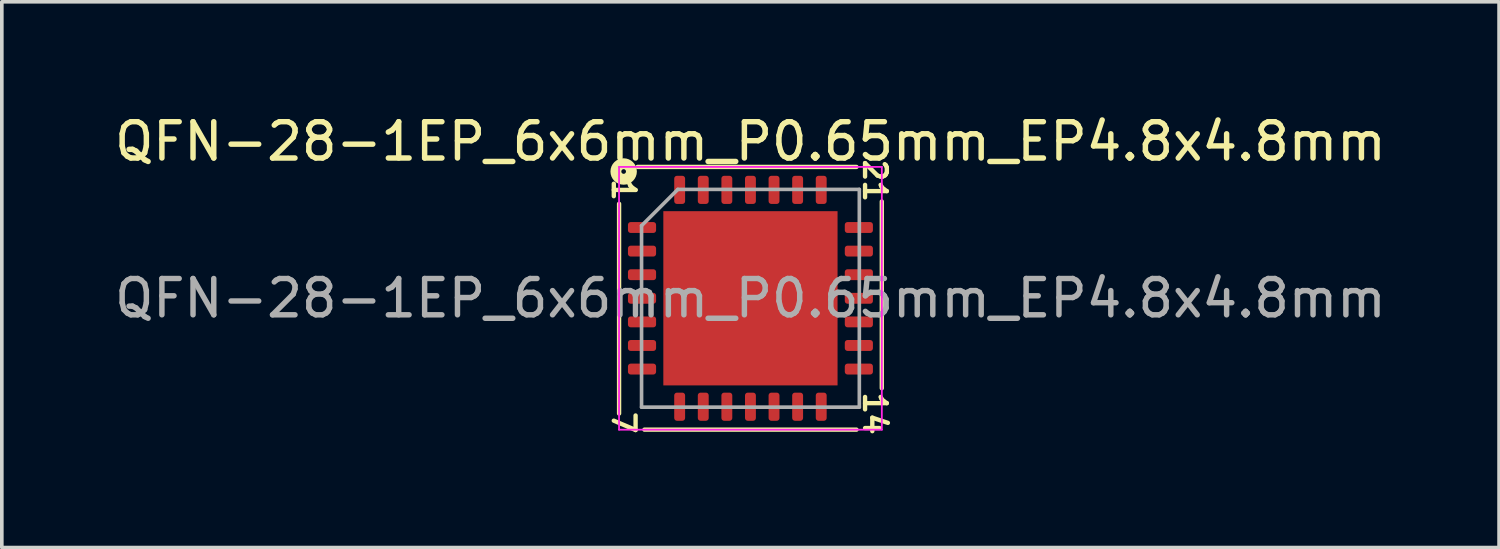
<source format=kicad_pcb>
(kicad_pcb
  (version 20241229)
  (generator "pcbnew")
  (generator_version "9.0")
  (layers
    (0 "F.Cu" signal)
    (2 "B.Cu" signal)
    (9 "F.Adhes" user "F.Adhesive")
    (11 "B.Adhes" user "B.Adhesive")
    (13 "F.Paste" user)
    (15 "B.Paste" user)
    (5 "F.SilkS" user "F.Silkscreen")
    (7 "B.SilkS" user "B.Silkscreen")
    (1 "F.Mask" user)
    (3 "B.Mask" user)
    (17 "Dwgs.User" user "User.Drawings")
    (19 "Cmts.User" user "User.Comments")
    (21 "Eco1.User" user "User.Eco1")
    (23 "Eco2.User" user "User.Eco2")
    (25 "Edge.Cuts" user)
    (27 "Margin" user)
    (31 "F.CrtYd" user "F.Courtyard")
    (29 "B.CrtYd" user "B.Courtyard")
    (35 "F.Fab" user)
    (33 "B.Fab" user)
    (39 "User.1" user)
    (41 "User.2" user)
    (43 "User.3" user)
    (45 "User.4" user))
  (footprint "QFN-28-1EP_6x6mm_P0.65mm_EP4.8x4.8mm"
    (layer "F.Cu")
    (at 17.625 5.168)
    (property "Reference" "QFN-28-1EP_6x6mm_P0.65mm_EP4.8x4.8mm" (at 0 -4.32 0) (layer "F.SilkS") (effects (font (size 1 1) (thickness 0.15))))
    (attr smd)
    (fp_line (start -3.619 -2.603) (end -3.619 3.175) (stroke (width 0.12) (type solid)) (layer "F.SilkS"))
    (fp_line (start -2.921 3.619) (end 2.921 3.619) (stroke (width 0.12) (type solid)) (layer "F.SilkS"))
    (fp_line (start 2.921 -3.619) (end -3.111 -3.619) (stroke (width 0.12) (type solid)) (layer "F.SilkS"))
    (fp_line (start 3.619 2.477) (end 3.619 -2.667) (stroke (width 0.12) (type solid)) (layer "F.SilkS"))
    (fp_circle (center -3.493 -3.493) (end -3.429 -3.493) (stroke (width 0.3) (type solid)) (fill no) (layer "F.SilkS"))
    (fp_line (start -3.62 -3.62) (end -3.62 3.62) (stroke (width 0.05) (type solid)) (layer "F.CrtYd"))
    (fp_line (start -3.62 3.62) (end 3.62 3.62) (stroke (width 0.05) (type solid)) (layer "F.CrtYd"))
    (fp_line (start 3.62 -3.62) (end -3.62 -3.62) (stroke (width 0.05) (type solid)) (layer "F.CrtYd"))
    (fp_line (start 3.62 3.62) (end 3.62 -3.62) (stroke (width 0.05) (type solid)) (layer "F.CrtYd"))
    (fp_line (start -3 -2) (end -2 -3) (stroke (width 0.1) (type solid)) (layer "F.Fab"))
    (fp_line (start -3 3) (end -3 -2) (stroke (width 0.1) (type solid)) (layer "F.Fab"))
    (fp_line (start -2 -3) (end 3 -3) (stroke (width 0.1) (type solid)) (layer "F.Fab"))
    (fp_line (start 3 -3) (end 3 3) (stroke (width 0.1) (type solid)) (layer "F.Fab"))
    (fp_line (start 3 3) (end -3 3) (stroke (width 0.1) (type solid)) (layer "F.Fab"))
    (fp_text user "21" (at 3.429 -3.239 270) (unlocked yes) (layer "F.SilkS") (effects (font (size 0.6 0.6) (thickness 0.12))))
    (fp_text user "1" (at -3.493 -2.985 270) (unlocked yes) (layer "F.SilkS") (effects (font (size 0.6 0.6) (thickness 0.12))))
    (fp_text user "14" (at 3.429 3.175 270) (unlocked yes) (layer "F.SilkS") (effects (font (size 0.6 0.6) (thickness 0.12))))
    (fp_text user "7" (at -3.493 3.429 270) (unlocked yes) (layer "F.SilkS") (effects (font (size 0.6 0.6) (thickness 0.12))))
    (fp_text user "${REFERENCE}" (at 0 0 0) (layer "F.Fab") (effects (font (size 1 1) (thickness 0.15))))
    (pad "" smd roundrect (at -1.6 -1.6) (size 1.29 1.29) (layers "F.Paste") (roundrect_rratio 0.194))
    (pad "" smd roundrect (at -1.6 0) (size 1.29 1.29) (layers "F.Paste") (roundrect_rratio 0.194))
    (pad "" smd roundrect (at -1.6 1.6) (size 1.29 1.29) (layers "F.Paste") (roundrect_rratio 0.194))
    (pad "" smd roundrect (at 0 -1.6) (size 1.29 1.29) (layers "F.Paste") (roundrect_rratio 0.194))
    (pad "" smd roundrect (at 0 0) (size 1.29 1.29) (layers "F.Paste") (roundrect_rratio 0.194))
    (pad "" smd roundrect (at 0 1.6) (size 1.29 1.29) (layers "F.Paste") (roundrect_rratio 0.194))
    (pad "" smd roundrect (at 1.6 -1.6) (size 1.29 1.29) (layers "F.Paste") (roundrect_rratio 0.194))
    (pad "" smd roundrect (at 1.6 0) (size 1.29 1.29) (layers "F.Paste") (roundrect_rratio 0.194))
    (pad "" smd roundrect (at 1.6 1.6) (size 1.29 1.29) (layers "F.Paste") (roundrect_rratio 0.194))
    (pad "1" smd roundrect (at -2.987 -1.95) (size 0.775 0.3) (layers "F.Cu" "F.Mask" "F.Paste") (roundrect_rratio 0.25))
    (pad "2" smd roundrect (at -2.987 -1.3) (size 0.775 0.3) (layers "F.Cu" "F.Mask" "F.Paste") (roundrect_rratio 0.25))
    (pad "3" smd roundrect (at -2.987 -0.65) (size 0.775 0.3) (layers "F.Cu" "F.Mask" "F.Paste") (roundrect_rratio 0.25))
    (pad "4" smd roundrect (at -2.987 0) (size 0.775 0.3) (layers "F.Cu" "F.Mask" "F.Paste") (roundrect_rratio 0.25))
    (pad "5" smd roundrect (at -2.987 0.65) (size 0.775 0.3) (layers "F.Cu" "F.Mask" "F.Paste") (roundrect_rratio 0.25))
    (pad "6" smd roundrect (at -2.987 1.3) (size 0.775 0.3) (layers "F.Cu" "F.Mask" "F.Paste") (roundrect_rratio 0.25))
    (pad "7" smd roundrect (at -2.987 1.95) (size 0.775 0.3) (layers "F.Cu" "F.Mask" "F.Paste") (roundrect_rratio 0.25))
    (pad "8" smd roundrect (at -1.95 2.987) (size 0.3 0.775) (layers "F.Cu" "F.Mask" "F.Paste") (roundrect_rratio 0.25))
    (pad "9" smd roundrect (at -1.3 2.987) (size 0.3 0.775) (layers "F.Cu" "F.Mask" "F.Paste") (roundrect_rratio 0.25))
    (pad "10" smd roundrect (at -0.65 2.987) (size 0.3 0.775) (layers "F.Cu" "F.Mask" "F.Paste") (roundrect_rratio 0.25))
    (pad "11" smd roundrect (at 0 2.987) (size 0.3 0.775) (layers "F.Cu" "F.Mask" "F.Paste") (roundrect_rratio 0.25))
    (pad "12" smd roundrect (at 0.65 2.987) (size 0.3 0.775) (layers "F.Cu" "F.Mask" "F.Paste") (roundrect_rratio 0.25))
    (pad "13" smd roundrect (at 1.3 2.987) (size 0.3 0.775) (layers "F.Cu" "F.Mask" "F.Paste") (roundrect_rratio 0.25))
    (pad "14" smd roundrect (at 1.95 2.987) (size 0.3 0.775) (layers "F.Cu" "F.Mask" "F.Paste") (roundrect_rratio 0.25))
    (pad "15" smd roundrect (at 2.987 1.95) (size 0.775 0.3) (layers "F.Cu" "F.Mask" "F.Paste") (roundrect_rratio 0.25))
    (pad "16" smd roundrect (at 2.987 1.3) (size 0.775 0.3) (layers "F.Cu" "F.Mask" "F.Paste") (roundrect_rratio 0.25))
    (pad "17" smd roundrect (at 2.987 0.65) (size 0.775 0.3) (layers "F.Cu" "F.Mask" "F.Paste") (roundrect_rratio 0.25))
    (pad "18" smd roundrect (at 2.987 0) (size 0.775 0.3) (layers "F.Cu" "F.Mask" "F.Paste") (roundrect_rratio 0.25))
    (pad "19" smd roundrect (at 2.987 -0.65) (size 0.775 0.3) (layers "F.Cu" "F.Mask" "F.Paste") (roundrect_rratio 0.25))
    (pad "20" smd roundrect (at 2.987 -1.3) (size 0.775 0.3) (layers "F.Cu" "F.Mask" "F.Paste") (roundrect_rratio 0.25))
    (pad "21" smd roundrect (at 2.987 -1.95) (size 0.775 0.3) (layers "F.Cu" "F.Mask" "F.Paste") (roundrect_rratio 0.25))
    (pad "22" smd roundrect (at 1.95 -2.987) (size 0.3 0.775) (layers "F.Cu" "F.Mask" "F.Paste") (roundrect_rratio 0.25))
    (pad "23" smd roundrect (at 1.3 -2.987) (size 0.3 0.775) (layers "F.Cu" "F.Mask" "F.Paste") (roundrect_rratio 0.25))
    (pad "24" smd roundrect (at 0.65 -2.987) (size 0.3 0.775) (layers "F.Cu" "F.Mask" "F.Paste") (roundrect_rratio 0.25))
    (pad "25" smd roundrect (at 0 -2.987) (size 0.3 0.775) (layers "F.Cu" "F.Mask" "F.Paste") (roundrect_rratio 0.25))
    (pad "26" smd roundrect (at -0.65 -2.987) (size 0.3 0.775) (layers "F.Cu" "F.Mask" "F.Paste") (roundrect_rratio 0.25))
    (pad "27" smd roundrect (at -1.3 -2.987) (size 0.3 0.775) (layers "F.Cu" "F.Mask" "F.Paste") (roundrect_rratio 0.25))
    (pad "28" smd roundrect (at -1.95 -2.987) (size 0.3 0.775) (layers "F.Cu" "F.Mask" "F.Paste") (roundrect_rratio 0.25))
    (pad "29" smd rect (at 0 0) (size 4.8 4.8) (layers "F.Cu" "F.Mask")))
  (gr_rect
    (start -3 -3)
    (end 38.25 12.035)
    (stroke (width 0.1) (type default))
    (fill no)
    (layer "Edge.Cuts")))
</source>
